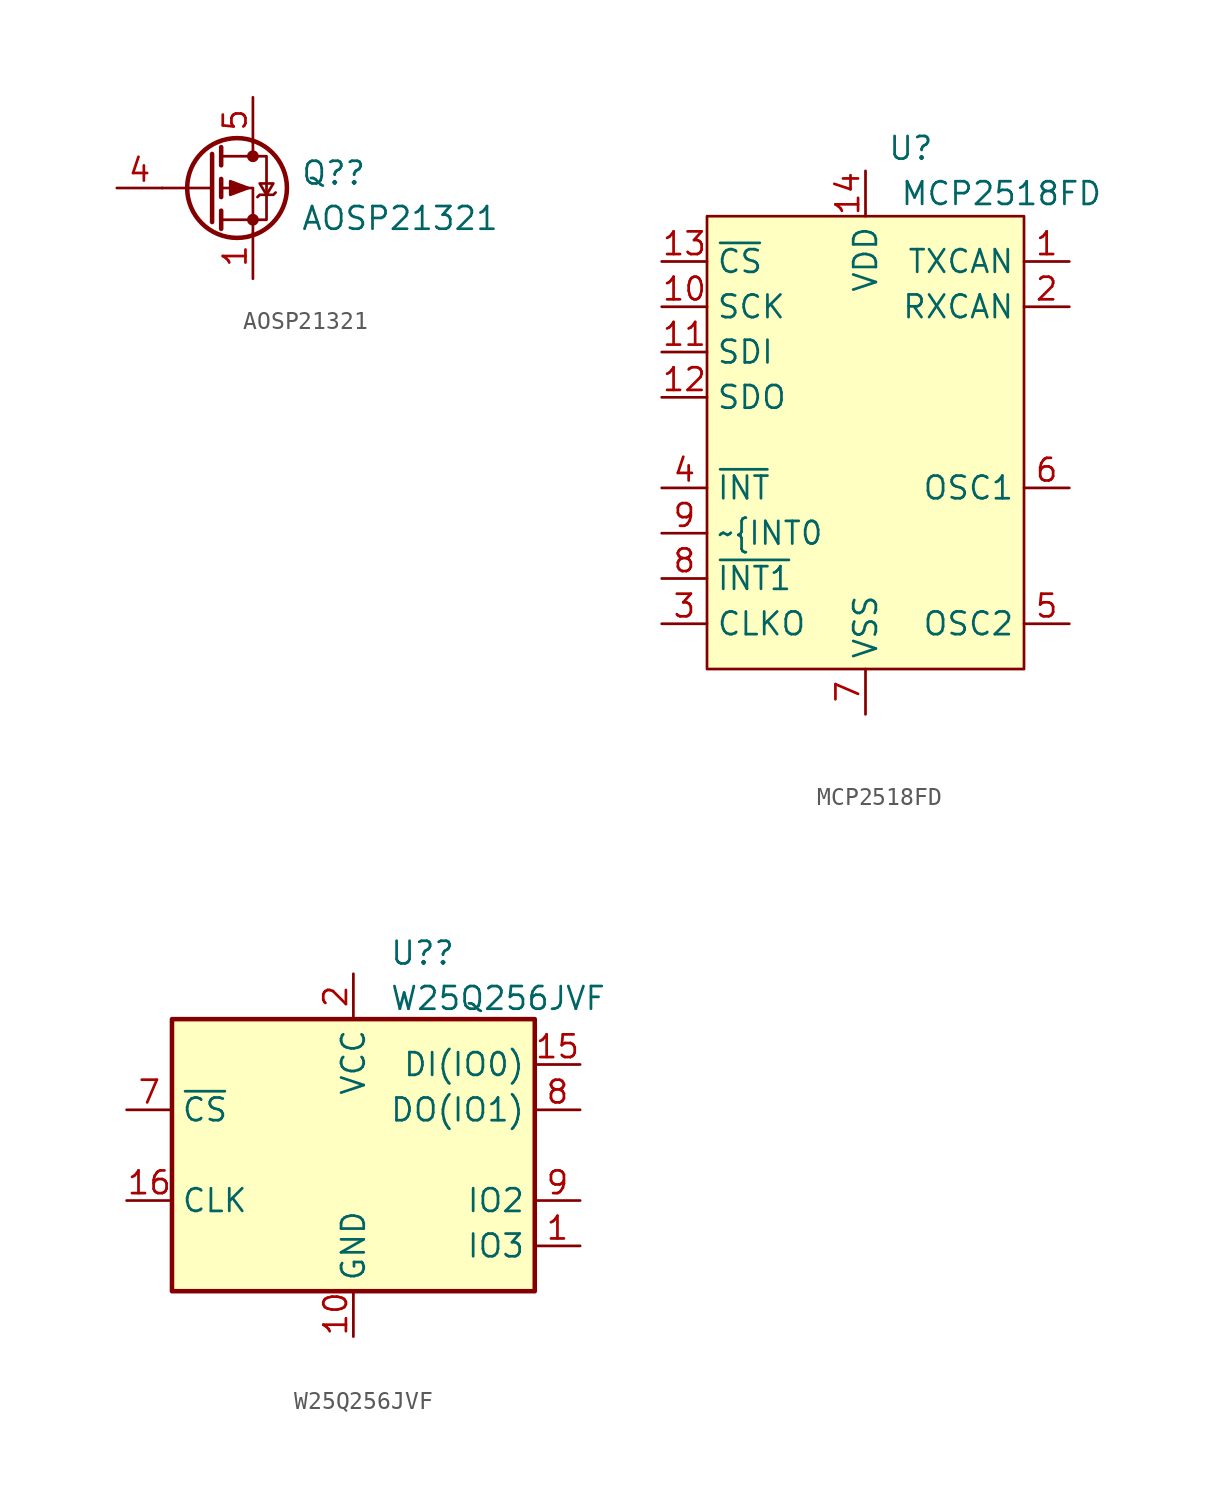
<source format=kicad_sym>
(kicad_symbol_lib
  (version 20211014)
  (generator kicad_symbol_editor)
  (symbol "AOSP21321"
    (pin_names hide)
    (property "Reference" "Q?"
      (at 5.207 0.835 0)
      (effects (font (size 1.27 1.27)) (justify left)))
    (property "Value" "AOSP21321"
      (at 5.207 -1.702 0)
      (effects (font (size 1.27 1.27)) (justify left)))
    (symbol "AOSP21321_0_1"
      (polyline (pts (xy 0.254 0) (xy -2.54 0)) (stroke (width 0) (type default) (color 0 0 0 0)) (fill (type none)))
      (polyline (pts (xy 0.254 1.905) (xy 0.254 -1.905)) (stroke (width 0.254) (type default) (color 0 0 0 0)) (fill (type none)))
      (polyline (pts (xy 0.762 -1.27) (xy 0.762 -2.286)) (stroke (width 0.254) (type default) (color 0 0 0 0)) (fill (type none)))
      (polyline (pts (xy 0.762 0.508) (xy 0.762 -0.508)) (stroke (width 0.254) (type default) (color 0 0 0 0)) (fill (type none)))
      (polyline (pts (xy 0.762 2.286) (xy 0.762 1.27)) (stroke (width 0.254) (type default) (color 0 0 0 0)) (fill (type none)))
      (polyline (pts (xy 2.54 2.54) (xy 2.54 1.778)) (stroke (width 0) (type default) (color 0 0 0 0)) (fill (type none)))
      (polyline (pts (xy 2.54 -2.54) (xy 2.54 0) (xy 0.762 0)) (stroke (width 0) (type default) (color 0 0 0 0)) (fill (type none)))
      (polyline (pts (xy 0.762 1.778) (xy 3.302 1.778) (xy 3.302 -1.778) (xy 0.762 -1.778)) (stroke (width 0) (type default) (color 0 0 0 0)) (fill (type none)))
      (polyline (pts (xy 2.286 0) (xy 1.27 0.381) (xy 1.27 -0.381) (xy 2.286 0)) (stroke (width 0) (type default) (color 0 0 0 0)) (fill (type outline)))
      (polyline (pts (xy 2.794 -0.508) (xy 2.921 -0.381) (xy 3.683 -0.381) (xy 3.81 -0.254)) (stroke (width 0) (type default) (color 0 0 0 0)) (fill (type none)))
      (polyline (pts (xy 3.302 -0.381) (xy 2.921 0.254) (xy 3.683 0.254) (xy 3.302 -0.381)) (stroke (width 0) (type default) (color 0 0 0 0)) (fill (type none)))
      (circle (center 1.651 0) (radius 2.794) (stroke (width 0.254) (type default) (color 0 0 0 0)) (fill (type none)))
      (circle (center 2.54 -1.778) (radius 0.254) (stroke (width 0) (type default) (color 0 0 0 0)) (fill (type outline)))
      (circle (center 2.54 1.778) (radius 0.254) (stroke (width 0) (type default) (color 0 0 0 0)) (fill (type outline))))
    (symbol "AOSP21321_1_1"
      (pin passive line (at 2.54 -5.08 90) (length 2.54) (name "S" (effects (font (size 1.27 1.27)))) (number "1" (effects (font (size 1.27 1.27)))))
      (pin passive line (at 2.54 -5.08 90) (length 2.54) hide (name "S" (effects (font (size 1.27 1.27)))) (number "2" (effects (font (size 1.27 1.27)))))
      (pin passive line (at 2.54 -5.08 90) (length 2.54) hide (name "S" (effects (font (size 1.27 1.27)))) (number "3" (effects (font (size 1.27 1.27)))))
      (pin passive line (at -5.08 0 0) (length 2.54) (name "G" (effects (font (size 1.27 1.27)))) (number "4" (effects (font (size 1.27 1.27)))))
      (pin passive line (at 2.54 5.08 270) (length 2.54) (name "D" (effects (font (size 1.27 1.27)))) (number "5" (effects (font (size 1.27 1.27)))))
      (pin passive line (at 2.54 5.08 270) (length 2.54) hide (name "D" (effects (font (size 1.27 1.27)))) (number "6" (effects (font (size 1.27 1.27)))))
      (pin passive line (at 2.54 5.08 270) (length 2.54) hide (name "D" (effects (font (size 1.27 1.27)))) (number "7" (effects (font (size 1.27 1.27)))))
      (pin passive line (at 2.54 5.08 270) (length 2.54) hide (name "D" (effects (font (size 1.27 1.27)))) (number "8" (effects (font (size 1.27 1.27)))))))
  (symbol "MCP2518FD"
    (property "Reference" "U"
      (at 2.54 16.51 0)
      (effects (font (size 1.27 1.27))))
    (property "Value" "MCP2518FD"
      (at 7.62 13.97 0)
      (effects (font (size 1.27 1.27))))
    (symbol "MCP2518FD_0_1"
      (rectangle (start -8.89 12.7) (end 8.89 -12.7) (stroke (width 0.152) (type default) (color 0 0 0 0)) (fill (type background))))
    (symbol "MCP2518FD_1_1"
      (pin output line (at 11.43 10.16 180) (length 2.54) (name "TXCAN" (effects (font (size 1.27 1.27)))) (number "1" (effects (font (size 1.27 1.27)))))
      (pin input line (at -11.43 7.62 0) (length 2.54) (name "SCK" (effects (font (size 1.27 1.27)))) (number "10" (effects (font (size 1.27 1.27)))))
      (pin input line (at -11.43 5.08 0) (length 2.54) (name "SDI" (effects (font (size 1.27 1.27)))) (number "11" (effects (font (size 1.27 1.27)))))
      (pin output line (at -11.43 2.54 0) (length 2.54) (name "SDO" (effects (font (size 1.27 1.27)))) (number "12" (effects (font (size 1.27 1.27)))))
      (pin input line (at -11.43 10.16 0) (length 2.54) (name "~{CS}" (effects (font (size 1.27 1.27)))) (number "13" (effects (font (size 1.27 1.27)))))
      (pin power_in line (at 0 15.24 270) (length 2.54) (name "VDD" (effects (font (size 1.27 1.27)))) (number "14" (effects (font (size 1.27 1.27)))))
      (pin input line (at 11.43 7.62 180) (length 2.54) (name "RXCAN" (effects (font (size 1.27 1.27)))) (number "2" (effects (font (size 1.27 1.27)))))
      (pin output line (at -11.43 -10.16 0) (length 2.54) (name "CLKO" (effects (font (size 1.27 1.27)))) (number "3" (effects (font (size 1.27 1.27)))))
      (pin output line (at -11.43 -2.54 0) (length 2.54) (name "~{INT}" (effects (font (size 1.27 1.27)))) (number "4" (effects (font (size 1.27 1.27)))))
      (pin input line (at 11.43 -10.16 180) (length 2.54) (name "OSC2" (effects (font (size 1.27 1.27)))) (number "5" (effects (font (size 1.27 1.27)))))
      (pin output line (at 11.43 -2.54 180) (length 2.54) (name "OSC1" (effects (font (size 1.27 1.27)))) (number "6" (effects (font (size 1.27 1.27)))))
      (pin power_in line (at 0 -15.24 90) (length 2.54) (name "VSS" (effects (font (size 1.27 1.27)))) (number "7" (effects (font (size 1.27 1.27)))))
      (pin output line (at -11.43 -7.62 0) (length 2.54) (name "~{INT1}" (effects (font (size 1.27 1.27)))) (number "8" (effects (font (size 1.27 1.27)))))
      (pin output line (at -11.43 -5.08 0) (length 2.54) (name "~{INT0" (effects (font (size 1.27 1.27)))) (number "9" (effects (font (size 1.27 1.27)))))))
  (symbol "W25Q256JVF"
    (property "Reference" "U?"
      (at 2.019 11.32 0)
      (effects (font (size 1.27 1.27)) (justify left)))
    (property "Value" "W25Q256JVF"
      (at 2.019 8.783 0)
      (effects (font (size 1.27 1.27)) (justify left)))
    (symbol "W25Q256JVF_0_1"
      (rectangle (start -10.16 7.62) (end 10.16 -7.62) (stroke (width 0.254) (type default) (color 0 0 0 0)) (fill (type background))))
    (symbol "W25Q256JVF_1_1"
      (pin bidirectional line (at 12.7 -5.08 180) (length 2.54) (name "IO3" (effects (font (size 1.27 1.27)))) (number "1" (effects (font (size 1.27 1.27)))))
      (pin power_in line (at 0 -10.16 90) (length 2.54) (name "GND" (effects (font (size 1.27 1.27)))) (number "10" (effects (font (size 1.27 1.27)))))
      (pin bidirectional line (at 12.7 5.08 180) (length 2.54) (name "DI(IO0)" (effects (font (size 1.27 1.27)))) (number "15" (effects (font (size 1.27 1.27)))))
      (pin input line (at -12.7 -2.54 0) (length 2.54) (name "CLK" (effects (font (size 1.27 1.27)))) (number "16" (effects (font (size 1.27 1.27)))))
      (pin power_in line (at 0 10.16 270) (length 2.54) (name "VCC" (effects (font (size 1.27 1.27)))) (number "2" (effects (font (size 1.27 1.27)))))
      (pin input line (at -12.7 2.54 0) (length 2.54) (name "~{CS}" (effects (font (size 1.27 1.27)))) (number "7" (effects (font (size 1.27 1.27)))))
      (pin bidirectional line (at 12.7 2.54 180) (length 2.54) (name "DO(IO1)" (effects (font (size 1.27 1.27)))) (number "8" (effects (font (size 1.27 1.27)))))
      (pin bidirectional line (at 12.7 -2.54 180) (length 2.54) (name "IO2" (effects (font (size 1.27 1.27)))) (number "9" (effects (font (size 1.27 1.27))))))))
</source>
